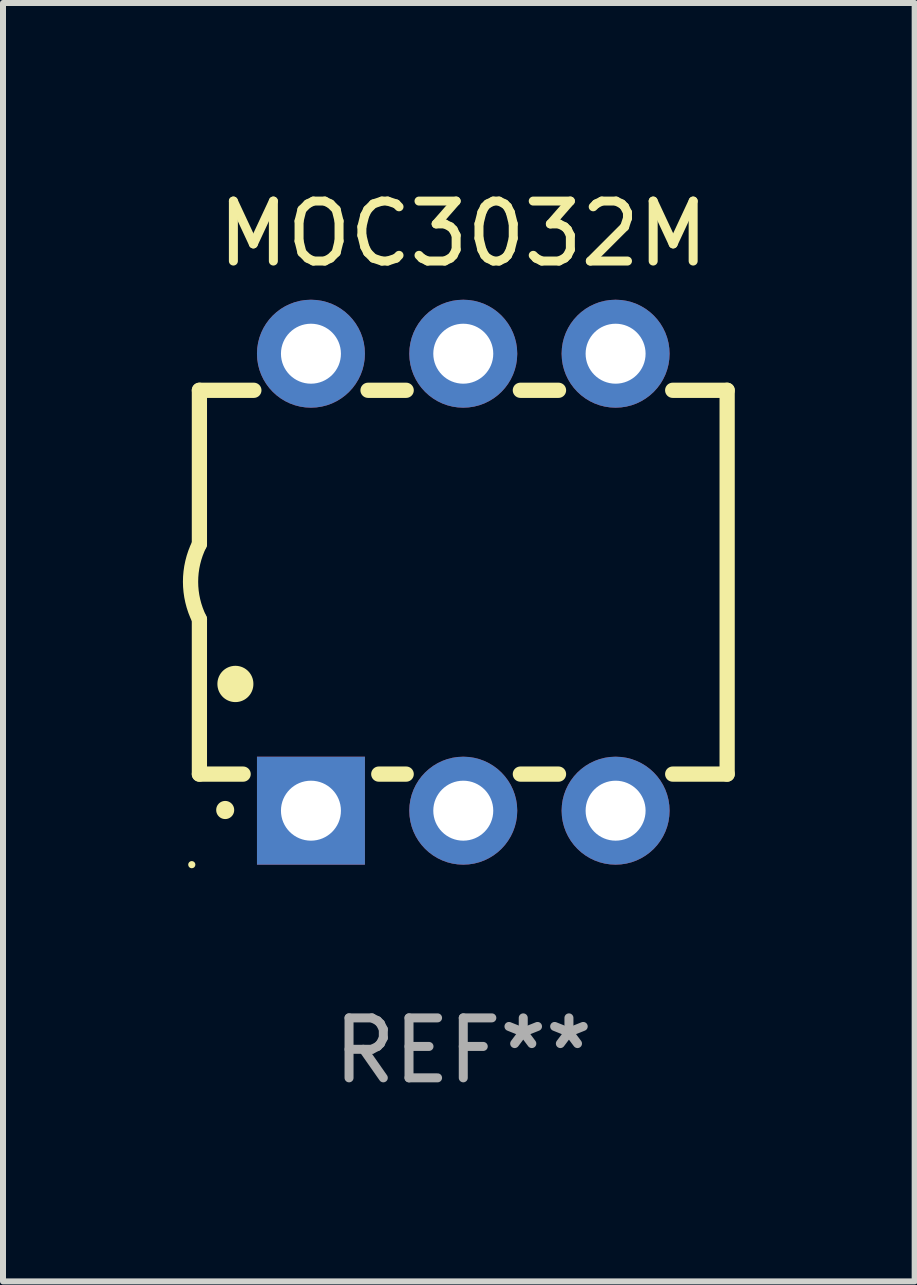
<source format=kicad_pcb>
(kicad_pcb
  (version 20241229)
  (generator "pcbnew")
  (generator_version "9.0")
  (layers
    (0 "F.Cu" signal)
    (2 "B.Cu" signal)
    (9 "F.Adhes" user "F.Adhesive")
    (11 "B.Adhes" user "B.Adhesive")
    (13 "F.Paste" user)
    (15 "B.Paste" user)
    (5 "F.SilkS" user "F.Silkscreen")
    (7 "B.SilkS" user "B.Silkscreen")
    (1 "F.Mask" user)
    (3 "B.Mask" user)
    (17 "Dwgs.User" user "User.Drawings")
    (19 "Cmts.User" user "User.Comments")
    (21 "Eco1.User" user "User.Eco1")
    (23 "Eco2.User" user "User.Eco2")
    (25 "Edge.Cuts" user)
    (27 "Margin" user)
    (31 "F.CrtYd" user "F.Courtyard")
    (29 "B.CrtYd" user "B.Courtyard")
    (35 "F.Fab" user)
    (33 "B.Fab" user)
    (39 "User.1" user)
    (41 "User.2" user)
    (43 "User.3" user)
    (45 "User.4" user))
  (footprint "MOC3032M"
    (layer "F.Cu")
    (at 4.675 6.658)
    (property "Reference" "MOC3032M" (at 0 -5.81 0) (layer "F.SilkS") (effects (font (size 1 1) (thickness 0.15))))
    (attr through_hole)
    (fp_line (start -4.4 -3.2) (end -4.4 -0.635) (stroke (width 0.254) (type solid)) (layer "F.SilkS"))
    (fp_line (start -4.4 -3.2) (end -3.492 -3.2) (stroke (width 0.254) (type solid)) (layer "F.SilkS"))
    (fp_line (start -4.4 3.2) (end -4.4 0.619) (stroke (width 0.254) (type solid)) (layer "F.SilkS"))
    (fp_line (start -3.671 3.2) (end -4.4 3.2) (stroke (width 0.254) (type solid)) (layer "F.SilkS"))
    (fp_line (start -1.588 -3.2) (end -0.952 -3.2) (stroke (width 0.254) (type solid)) (layer "F.SilkS"))
    (fp_line (start -0.952 3.2) (end -1.409 3.2) (stroke (width 0.254) (type solid)) (layer "F.SilkS"))
    (fp_line (start 0.952 -3.2) (end 1.588 -3.2) (stroke (width 0.254) (type solid)) (layer "F.SilkS"))
    (fp_line (start 1.588 3.2) (end 0.952 3.2) (stroke (width 0.254) (type solid)) (layer "F.SilkS"))
    (fp_line (start 3.492 -3.2) (end 4.4 -3.2) (stroke (width 0.254) (type solid)) (layer "F.SilkS"))
    (fp_line (start 4.4 -3.2) (end 4.4 3.2) (stroke (width 0.254) (type solid)) (layer "F.SilkS"))
    (fp_line (start 4.4 3.2) (end 3.492 3.2) (stroke (width 0.254) (type solid)) (layer "F.SilkS"))
    (fp_arc (start -4.399288 0.619762) (mid -4.547636 -0.007536) (end -4.4 -0.635001) (stroke (width 0.254001) (type solid)) (layer "F.SilkS"))
    (fp_arc (start -3.970028 3.799848) (mid -3.970033 3.798578) (end -3.970028 3.797308) (stroke (width 0.3) (type solid)) (layer "F.SilkS"))
    (fp_arc (start -3.799848 1.699263) (mid -3.799859 1.696723) (end -3.799848 1.694183) (stroke (width 0.6) (type solid)) (layer "F.SilkS"))
    (fp_circle (center -4.527 4.71) (end -4.497 4.71) (stroke (width 0.06) (type solid)) (fill no) (layer "F.SilkS"))
    (fp_text user "REF**" (at 0 7.81 0) (layer "F.Fab") (effects (font (size 1 1) (thickness 0.15))))
    (pad "1" thru_hole rect (at -2.54 3.81 180) (size 1.8 1.8) (drill 1) (layers "*.Cu" "*.Mask"))
    (pad "2" thru_hole circle (at 0 3.81) (size 1.8 1.8) (drill 1) (layers "*.Cu" "*.Mask"))
    (pad "3" thru_hole circle (at 2.54 3.81) (size 1.8 1.8) (drill 1) (layers "*.Cu" "*.Mask"))
    (pad "4" thru_hole circle (at 2.54 -3.81) (size 1.8 1.8) (drill 1) (layers "*.Cu" "*.Mask"))
    (pad "5" thru_hole circle (at 0 -3.81) (size 1.8 1.8) (drill 1) (layers "*.Cu" "*.Mask"))
    (pad "6" thru_hole circle (at -2.54 -3.81) (size 1.8 1.8) (drill 1) (layers "*.Cu" "*.Mask")))
  (gr_rect
    (start -3 -3)
    (end 12.202 18.317)
    (stroke (width 0.1) (type default))
    (fill no)
    (layer "Edge.Cuts")))
</source>
